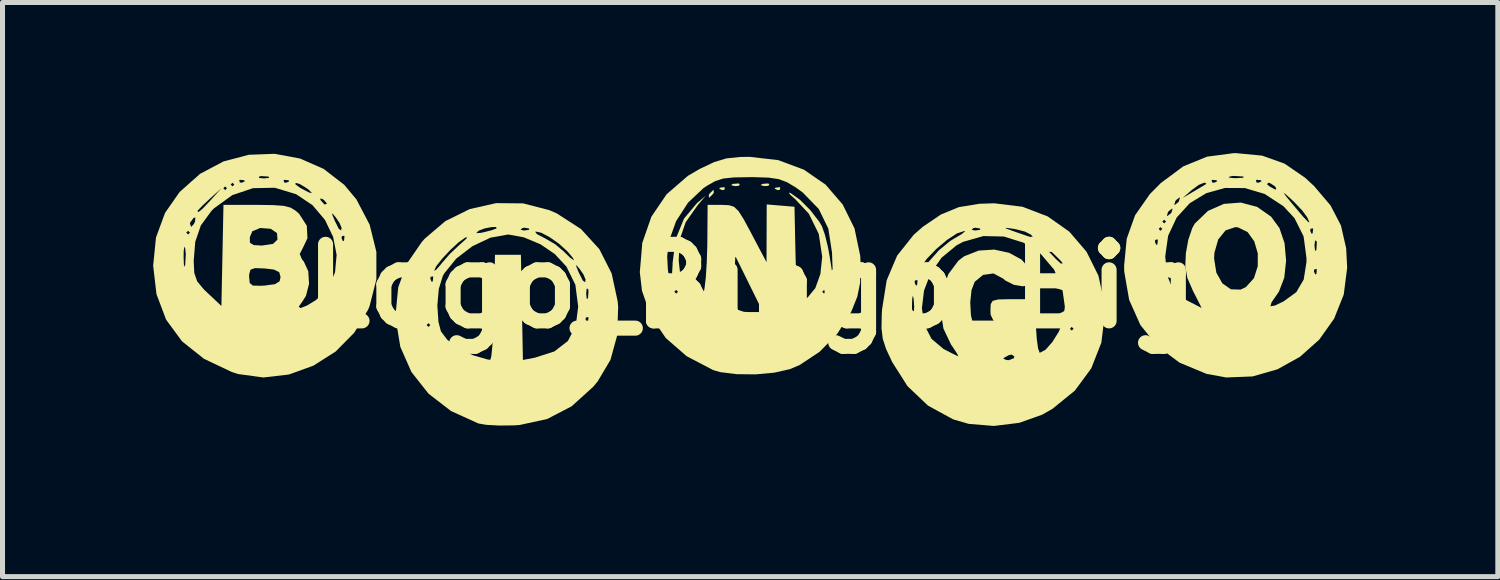
<source format=kicad_pcb>
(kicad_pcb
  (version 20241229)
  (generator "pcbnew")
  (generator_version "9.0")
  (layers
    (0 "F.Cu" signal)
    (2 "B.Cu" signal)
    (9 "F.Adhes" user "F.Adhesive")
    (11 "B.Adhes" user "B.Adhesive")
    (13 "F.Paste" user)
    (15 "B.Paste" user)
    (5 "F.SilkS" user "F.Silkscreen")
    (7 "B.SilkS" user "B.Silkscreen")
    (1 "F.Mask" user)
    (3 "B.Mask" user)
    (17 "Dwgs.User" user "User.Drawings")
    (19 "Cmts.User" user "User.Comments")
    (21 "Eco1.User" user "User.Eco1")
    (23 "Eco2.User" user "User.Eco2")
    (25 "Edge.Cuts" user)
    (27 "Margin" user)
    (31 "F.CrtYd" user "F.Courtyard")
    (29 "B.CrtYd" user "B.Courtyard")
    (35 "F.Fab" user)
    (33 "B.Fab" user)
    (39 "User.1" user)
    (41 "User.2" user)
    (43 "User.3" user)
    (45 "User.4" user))
  (footprint "Logo_Bingo_Big"
    (layer "F.Cu")
    (at 11.924 2.65)
    (property "Reference" "Logo_Bingo_Big" (at 0 0 0) (layer "F.SilkS") (effects (font (size 1.524 1.524) (thickness 0.3))))
    (attr board_only exclude_from_pos_files exclude_from_bom)
    (fp_poly (pts (xy -0.54 -1.963) (xy -0.55 -1.92) (xy -0.589 -1.914) (xy -0.65 -1.941) (xy -0.638 -1.963) (xy -0.551 -1.972)) (stroke (width 0) (type solid)) (fill yes) (layer "F.SilkS"))
    (fp_poly (pts (xy -0.241 -2.032) (xy -0.263 -1.999) (xy -0.337 -1.994) (xy -0.416 -2.012) (xy -0.382 -2.038) (xy -0.267 -2.047)) (stroke (width 0) (type solid)) (fill yes) (layer "F.SilkS"))
    (fp_poly (pts (xy 0.348 -2.032) (xy 0.326 -1.999) (xy 0.252 -1.994) (xy 0.173 -2.012) (xy 0.207 -2.038) (xy 0.322 -2.047)) (stroke (width 0) (type solid)) (fill yes) (layer "F.SilkS"))
    (fp_poly (pts (xy 0.564 -1.963) (xy 0.554 -1.92) (xy 0.515 -1.914) (xy 0.455 -1.941) (xy 0.466 -1.963) (xy 0.554 -1.972)) (stroke (width 0) (type solid)) (fill yes) (layer "F.SilkS"))
    (fp_poly (pts (xy -0.759 -1.867) (xy -0.773 -1.841) (xy -0.842 -1.77) (xy -0.855 -1.767) (xy -0.86 -1.815) (xy -0.847 -1.841) (xy -0.777 -1.911) (xy -0.764 -1.914)) (stroke (width 0) (type solid)) (fill yes) (layer "F.SilkS"))
    (fp_poly (pts (xy 0.525 -2.511) (xy 1.035 -2.321) (xy 1.467 -2.023) (xy 1.807 -1.628) (xy 2.042 -1.152) (xy 2.156 -0.607) (xy 2.166 -0.402) (xy 2.153 -0.064) (xy 2.099 0.205) (xy 1.988 0.482) (xy 1.963 0.534) (xy 1.698 0.948) (xy 1.348 1.304) (xy 0.953 1.567) (xy 0.756 1.651) (xy 0.446 1.721) (xy 0.073 1.755) (xy -0.306 1.751) (xy -0.633 1.71) (xy -0.773 1.669) (xy -1.298 1.395) (xy -1.715 1.033) (xy -2.015 0.593) (xy -2.183 0.11) (xy -1.546 0.11) (xy -1.509 0.147) (xy -1.472 0.11) (xy -1.509 0.074) (xy -1.546 0.11) (xy -2.183 0.11) (xy -2.19 0.089) (xy -2.233 -0.281) (xy -2.206 -0.594) (xy -1.688 -0.594) (xy -1.674 -0.333) (xy -1.649 -0.177) (xy -1.619 -0.135) (xy -1.593 -0.218) (xy -1.58 -0.436) (xy -1.58 -0.463) (xy -1.519 -0.94) (xy -1.352 -1.348) (xy -1.094 -1.656) (xy -0.92 -1.803) (xy -1.077 -1.619) (xy -1.32 -1.274) (xy -1.441 -0.924) (xy -1.458 -0.518) (xy -1.457 -0.492) (xy -1.427 -0.225) (xy -1.371 -0.052) (xy -1.268 0.081) (xy -1.21 0.134) (xy -0.994 0.319) (xy -0.968 0.171) (xy -0.362 0.171) (xy -0.341 0.366) (xy -0.278 0.47) (xy -0.159 0.51) (xy -0.04 0.515) (xy 0.22 0.515) (xy -0.331 -0.601) (xy -0.353 -0.143) (xy -0.362 0.171) (xy -0.968 0.171) (xy -0.943 0.031) (xy -0.919 -0.176) (xy -0.9 -0.475) (xy -0.889 -0.815) (xy -0.888 -0.939) (xy -0.883 -1.62) (xy -0.598 -1.62) (xy -0.458 -1.614) (xy -0.356 -1.582) (xy -0.267 -1.496) (xy -0.163 -1.332) (xy -0.018 -1.063) (xy -0.011 -1.049) (xy 0.29 -0.479) (xy 0.294 -1.629) (xy 0.847 -1.583) (xy 0.867 -0.644) (xy 0.877 -0.292) (xy 0.889 0.000169) (xy 0.902 0.204) (xy 0.915 0.293) (xy 0.916 0.294) (xy 1.108 0.226) (xy 1.202 0.11) (xy 1.399 0.11) (xy 1.436 0.147) (xy 1.472 0.11) (xy 1.436 0.074) (xy 1.399 0.11) (xy 1.202 0.11) (xy 1.262 0.038) (xy 1.302 -0.074) (xy 1.472 -0.074) (xy 1.499 -0.013) (xy 1.522 -0.025) (xy 1.53 -0.112) (xy 1.522 -0.123) (xy 1.478 -0.113) (xy 1.472 -0.074) (xy 1.302 -0.074) (xy 1.363 -0.245) (xy 1.399 -0.588) (xy 1.33 -1.043) (xy 1.132 -1.445) (xy 0.867 -1.729) (xy 0.754 -1.83) (xy 0.738 -1.866) (xy 0.773 -1.853) (xy 0.958 -1.72) (xy 1.164 -1.513) (xy 1.339 -1.287) (xy 1.393 -1.196) (xy 1.451 -1.032) (xy 1.512 -0.786) (xy 1.545 -0.607) (xy 1.612 -0.184) (xy 1.594 -0.672) (xy 1.521 -1.147) (xy 1.33 -1.539) (xy 1.011 -1.867) (xy 0.87 -1.969) (xy 0.697 -2.072) (xy 0.533 -2.133) (xy 0.329 -2.163) (xy 0.038 -2.172) (xy -0.043 -2.172) (xy -0.356 -2.167) (xy -0.57 -2.145) (xy -0.733 -2.093) (xy -0.895 -2.001) (xy -0.969 -1.951) (xy -1.273 -1.664) (xy -1.511 -1.295) (xy -1.656 -0.89) (xy -1.688 -0.594) (xy -2.206 -0.594) (xy -2.184 -0.863) (xy -2.003 -1.384) (xy -1.699 -1.832) (xy -1.276 -2.198) (xy -1.04 -2.336) (xy -0.753 -2.472) (xy -0.512 -2.545) (xy -0.241 -2.574) (xy -0.049 -2.577)) (stroke (width 0) (type solid)) (fill yes) (layer "F.SilkS"))
    (fp_poly (pts (xy -4.555 -1.65) (xy -4.031 -1.514) (xy -3.886 -1.45) (xy -3.404 -1.139) (xy -3.039 -0.739) (xy -2.794 -0.256) (xy -2.673 0.305) (xy -2.664 0.418) (xy -2.684 0.981) (xy -2.817 1.465) (xy -3.07 1.892) (xy -3.162 2.003) (xy -3.591 2.391) (xy -4.078 2.644) (xy -4.626 2.763) (xy -4.744 2.771) (xy -5.034 2.774) (xy -5.289 2.76) (xy -5.448 2.733) (xy -5.993 2.485) (xy -6.441 2.139) (xy -6.781 1.708) (xy -7.002 1.207) (xy -7.074 0.773) (xy -6.479 0.773) (xy -6.442 0.81) (xy -6.405 0.773) (xy -6.442 0.736) (xy -6.479 0.773) (xy -7.074 0.773) (xy -7.094 0.65) (xy -7.096 0.552) (xy -7.079 0.383) (xy -6.265 0.383) (xy -6.243 0.709) (xy -6.194 0.898) (xy -6.066 1.068) (xy -5.839 1.235) (xy -5.557 1.374) (xy -5.265 1.458) (xy -5.211 1.466) (xy -5.191 1.399) (xy -5.171 1.211) (xy -5.154 0.927) (xy -5.141 0.574) (xy -5.137 0.423) (xy -5.117 -0.626) (xy -4.601 -0.626) (xy -4.581 0.421) (xy -4.561 1.468) (xy -4.323 1.423) (xy -3.934 1.298) (xy -3.665 1.09) (xy -3.509 0.791) (xy -3.493 0.663) (xy -3.313 0.663) (xy -3.286 0.723) (xy -3.264 0.712) (xy -3.255 0.624) (xy -3.264 0.614) (xy -3.308 0.624) (xy -3.313 0.663) (xy -3.493 0.663) (xy -3.46 0.406) (xy -3.494 0.147) (xy -3.301 0.147) (xy -3.29 0.252) (xy -3.264 0.239) (xy -3.255 0.089) (xy -3.264 0.055) (xy -3.291 0.046) (xy -3.301 0.147) (xy -3.494 0.147) (xy -3.516 -0.028) (xy -3.693 -0.389) (xy -3.7 -0.397) (xy -3.499 -0.397) (xy -3.45 -0.276) (xy -3.368 -0.112) (xy -3.322 -0.08) (xy -3.313 -0.133) (xy -3.354 -0.232) (xy -3.425 -0.336) (xy -3.497 -0.422) (xy -3.499 -0.397) (xy -3.7 -0.397) (xy -3.926 -0.641) (xy -4.212 -0.836) (xy -4.543 -0.974) (xy -4.849 -1.03) (xy -4.859 -1.03) (xy -5.208 -0.967) (xy -5.567 -0.797) (xy -5.889 -0.55) (xy -6.128 -0.255) (xy -6.156 -0.205) (xy -6.236 0.054) (xy -6.265 0.383) (xy -7.079 0.383) (xy -7.052 0.104) (xy -6.473 0.104) (xy -6.459 0.2) (xy -6.434 0.201) (xy -6.417 0.102) (xy -6.429 0.06) (xy -6.461 0.032) (xy -6.473 0.104) (xy -7.052 0.104) (xy -7.043 0.019) (xy -6.982 -0.147) (xy -6.405 -0.147) (xy -6.378 -0.087) (xy -6.356 -0.098) (xy -6.347 -0.186) (xy -6.356 -0.196) (xy -6.4 -0.186) (xy -6.405 -0.147) (xy -6.982 -0.147) (xy -6.923 -0.31) (xy -6.329 -0.31) (xy -6.29 -0.326) (xy -6.197 -0.432) (xy -6.177 -0.459) (xy -6.015 -0.644) (xy -5.817 -0.831) (xy -5.793 -0.851) (xy -5.685 -0.949) (xy -5.677 -0.98) (xy -5.714 -0.966) (xy -5.842 -0.874) (xy -6.005 -0.724) (xy -6.165 -0.553) (xy -6.285 -0.402) (xy -6.329 -0.31) (xy -6.923 -0.31) (xy -6.874 -0.446) (xy -6.575 -0.88) (xy -6.517 -0.946) (xy -6.387 -1.057) (xy -5.49 -1.057) (xy -5.404 -1.062) (xy -5.338 -1.076) (xy -5.31 -1.083) (xy -4.316 -1.083) (xy -4.28 -1.037) (xy -4.147 -0.967) (xy -4.133 -0.961) (xy -3.921 -0.838) (xy -3.749 -0.694) (xy -3.625 -0.572) (xy -3.548 -0.516) (xy -3.545 -0.515) (xy -3.564 -0.562) (xy -3.659 -0.677) (xy -3.687 -0.706) (xy -3.846 -0.85) (xy -4.03 -0.978) (xy -4.197 -1.066) (xy -4.304 -1.089) (xy -4.316 -1.083) (xy -5.31 -1.083) (xy -5.173 -1.118) (xy -5.163 -1.122) (xy -4.606 -1.122) (xy -4.534 -1.11) (xy -4.438 -1.124) (xy -4.437 -1.149) (xy -4.536 -1.166) (xy -4.578 -1.155) (xy -4.606 -1.122) (xy -5.163 -1.122) (xy -5.086 -1.151) (xy -5.086 -1.152) (xy -5.095 -1.18) (xy -5.192 -1.177) (xy -5.324 -1.151) (xy -5.436 -1.109) (xy -5.448 -1.101) (xy -5.49 -1.057) (xy -6.387 -1.057) (xy -6.105 -1.297) (xy -5.621 -1.536) (xy -5.095 -1.655)) (stroke (width 0) (type solid)) (fill yes) (layer "F.SilkS"))
    (fp_poly (pts (xy 5.386 -1.583) (xy 5.89 -1.39) (xy 6.321 -1.086) (xy 6.663 -0.687) (xy 6.9 -0.21) (xy 7.017 0.333) (xy 7.027 0.552) (xy 6.958 1.123) (xy 6.757 1.635) (xy 6.431 2.078) (xy 5.986 2.44) (xy 5.779 2.558) (xy 5.324 2.72) (xy 4.818 2.782) (xy 4.318 2.741) (xy 4.007 2.651) (xy 3.505 2.377) (xy 3.097 1.989) (xy 2.791 1.507) (xy 2.762 1.444) (xy 5.006 1.444) (xy 5.066 1.469) (xy 5.117 1.472) (xy 5.215 1.434) (xy 5.227 1.401) (xy 5.173 1.361) (xy 5.117 1.372) (xy 5.02 1.424) (xy 5.006 1.444) (xy 2.762 1.444) (xy 2.671 1.25) (xy 2.605 1.047) (xy 2.58 0.839) (xy 2.585 0.564) (xy 2.591 0.459) (xy 2.6 0.405) (xy 3.187 0.405) (xy 3.192 0.58) (xy 3.205 0.643) (xy 3.218 0.608) (xy 3.229 0.437) (xy 3.384 0.437) (xy 3.432 0.767) (xy 3.575 1.047) (xy 3.816 1.25) (xy 3.989 1.339) (xy 4.096 1.391) (xy 4.11 1.396) (xy 4.087 1.345) (xy 4.002 1.215) (xy 3.966 1.164) (xy 3.813 0.843) (xy 3.756 0.475) (xy 3.791 0.101) (xy 3.911 -0.24) (xy 4.111 -0.509) (xy 4.227 -0.597) (xy 4.517 -0.71) (xy 4.825 -0.73) (xy 5.12 -0.666) (xy 5.368 -0.532) (xy 5.538 -0.339) (xy 5.595 -0.115) (xy 5.537 -0.027) (xy 5.394 0.001) (xy 5.214 -0.029) (xy 5.044 -0.115) (xy 5.003 -0.151) (xy 4.81 -0.255) (xy 4.603 -0.226) (xy 4.436 -0.089) (xy 4.372 0.078) (xy 4.347 0.322) (xy 4.361 0.581) (xy 4.413 0.79) (xy 4.442 0.842) (xy 4.6 0.948) (xy 4.814 0.969) (xy 5.019 0.9) (xy 5.054 0.874) (xy 5.124 0.801) (xy 5.081 0.761) (xy 4.963 0.736) (xy 4.808 0.683) (xy 4.753 0.568) (xy 4.749 0.478) (xy 4.755 0.356) (xy 4.795 0.29) (xy 4.905 0.263) (xy 5.12 0.258) (xy 5.19 0.258) (xy 5.632 0.258) (xy 5.654 0.791) (xy 5.672 1.05) (xy 5.698 1.24) (xy 5.729 1.324) (xy 5.733 1.325) (xy 5.847 1.264) (xy 5.983 1.11) (xy 6.11 0.906) (xy 6.134 0.847) (xy 6.332 0.847) (xy 6.368 0.883) (xy 6.405 0.847) (xy 6.368 0.81) (xy 6.332 0.847) (xy 6.134 0.847) (xy 6.193 0.702) (xy 6.231 0.408) (xy 6.183 0.066) (xy 6.182 0.063) (xy 6.168 0.031) (xy 6.337 0.031) (xy 6.351 0.126) (xy 6.376 0.127) (xy 6.394 0.029) (xy 6.382 -0.014) (xy 6.349 -0.042) (xy 6.337 0.031) (xy 6.168 0.031) (xy 6.079 -0.184) (xy 6.258 -0.184) (xy 6.295 -0.147) (xy 6.332 -0.184) (xy 6.295 -0.221) (xy 6.258 -0.184) (xy 6.079 -0.184) (xy 6.018 -0.329) (xy 6.017 -0.331) (xy 6.184 -0.331) (xy 6.221 -0.294) (xy 6.258 -0.331) (xy 6.221 -0.368) (xy 6.184 -0.331) (xy 6.017 -0.331) (xy 5.751 -0.643) (xy 5.409 -0.867) (xy 5.018 -0.99) (xy 4.608 -0.999) (xy 4.205 -0.884) (xy 4.074 -0.814) (xy 3.776 -0.568) (xy 3.559 -0.259) (xy 3.427 0.086) (xy 3.384 0.437) (xy 3.229 0.437) (xy 3.231 0.406) (xy 3.219 0.24) (xy 3.202 0.189) (xy 3.19 0.269) (xy 3.187 0.405) (xy 2.6 0.405) (xy 2.676 -0.074) (xy 3.239 -0.074) (xy 3.266 -0.013) (xy 3.289 -0.025) (xy 3.297 -0.112) (xy 3.289 -0.123) (xy 3.245 -0.113) (xy 3.239 -0.074) (xy 2.676 -0.074) (xy 2.683 -0.118) (xy 2.742 -0.258) (xy 3.313 -0.258) (xy 3.351 -0.277) (xy 3.448 -0.39) (xy 3.533 -0.502) (xy 3.725 -0.718) (xy 3.949 -0.902) (xy 4.03 -0.951) (xy 4.181 -1.04) (xy 4.243 -1.094) (xy 4.233 -1.101) (xy 4.084 -1.053) (xy 3.884 -0.922) (xy 3.671 -0.742) (xy 3.481 -0.545) (xy 3.35 -0.366) (xy 3.313 -0.258) (xy 2.742 -0.258) (xy 2.891 -0.609) (xy 3.221 -1.024) (xy 3.332 -1.122) (xy 4.376 -1.122) (xy 4.448 -1.11) (xy 4.544 -1.124) (xy 4.545 -1.149) (xy 4.496 -1.157) (xy 5.045 -1.157) (xy 5.149 -1.117) (xy 5.264 -1.076) (xy 5.478 -1.002) (xy 5.58 -0.971) (xy 5.597 -0.981) (xy 5.585 -0.994) (xy 5.632 -0.994) (xy 5.886 -0.718) (xy 6.056 -0.538) (xy 6.148 -0.454) (xy 6.183 -0.451) (xy 6.184 -0.464) (xy 6.135 -0.522) (xy 6.009 -0.646) (xy 5.908 -0.74) (xy 5.632 -0.994) (xy 5.585 -0.994) (xy 5.556 -1.026) (xy 5.553 -1.029) (xy 5.435 -1.089) (xy 5.245 -1.137) (xy 5.225 -1.141) (xy 5.072 -1.163) (xy 5.045 -1.157) (xy 4.496 -1.157) (xy 4.446 -1.166) (xy 4.404 -1.155) (xy 4.376 -1.122) (xy 3.332 -1.122) (xy 3.404 -1.185) (xy 3.762 -1.428) (xy 4.119 -1.575) (xy 4.528 -1.642) (xy 4.822 -1.652)) (stroke (width 0) (type solid)) (fill yes) (layer "F.SilkS"))
    (fp_poly (pts (xy -8.999 -2.543) (xy -8.53 -2.337) (xy -8.12 -2.021) (xy -7.877 -1.73) (xy -7.613 -1.226) (xy -7.479 -0.686) (xy -7.479 -0.137) (xy -7.614 0.395) (xy -7.645 0.469) (xy -7.92 0.926) (xy -8.291 1.301) (xy -8.734 1.582) (xy -9.222 1.758) (xy -9.73 1.817) (xy -10.234 1.748) (xy -10.358 1.708) (xy -10.913 1.445) (xy -11.35 1.096) (xy -11.666 0.666) (xy -11.858 0.158) (xy -11.924 -0.41) (xy -11.906 -0.589) (xy -11.318 -0.589) (xy -11.312 -0.43) (xy -11.297 -0.386) (xy -11.286 -0.423) (xy -11.282 -0.501) (xy -11.117 -0.501) (xy -11.105 -0.263) (xy -11.048 -0.098) (xy -10.916 0.061) (xy -10.841 0.133) (xy -10.565 0.393) (xy -10.553 -0.184) (xy -10.013 -0.184) (xy -10.001 -0.064) (xy -9.939 -0.013) (xy -9.785 -0.009) (xy -9.7 -0.014) (xy -9.498 -0.041) (xy -9.406 -0.098) (xy -9.387 -0.184) (xy -9.414 -0.281) (xy -9.52 -0.332) (xy -9.7 -0.354) (xy -9.896 -0.361) (xy -9.986 -0.329) (xy -10.012 -0.237) (xy -10.013 -0.184) (xy -10.553 -0.184) (xy -10.537 -0.976) (xy -9.999 -0.976) (xy -9.997 -0.865) (xy -9.919 -0.819) (xy -9.758 -0.81) (xy -9.536 -0.844) (xy -9.448 -0.928) (xy -9.458 -1.059) (xy -9.583 -1.144) (xy -9.79 -1.16) (xy -9.792 -1.16) (xy -9.95 -1.094) (xy -9.999 -0.976) (xy -10.537 -0.976) (xy -10.524 -1.62) (xy -9.86 -1.62) (xy -9.537 -1.616) (xy -9.325 -1.601) (xy -9.186 -1.565) (xy -9.082 -1.501) (xy -9.015 -1.439) (xy -8.864 -1.204) (xy -8.852 -0.955) (xy -8.94 -0.769) (xy -9.005 -0.643) (xy -8.961 -0.536) (xy -8.925 -0.494) (xy -8.835 -0.299) (xy -8.82 -0.048) (xy -8.881 0.191) (xy -8.949 0.299) (xy -9.025 0.407) (xy -8.991 0.435) (xy -8.864 0.386) (xy -8.68 0.274) (xy -8.436 0.031) (xy -8.302 -0.278) (xy -8.271 -0.624) (xy -8.335 -0.957) (xy -8.172 -0.957) (xy -8.145 -0.897) (xy -8.123 -0.908) (xy -8.114 -0.995) (xy -8.123 -1.006) (xy -8.167 -0.996) (xy -8.172 -0.957) (xy -8.335 -0.957) (xy -8.339 -0.98) (xy -8.502 -1.32) (xy -8.593 -1.428) (xy -8.358 -1.428) (xy -8.309 -1.307) (xy -8.227 -1.142) (xy -8.181 -1.111) (xy -8.172 -1.164) (xy -8.213 -1.262) (xy -8.284 -1.366) (xy -8.356 -1.453) (xy -8.358 -1.428) (xy -8.593 -1.428) (xy -8.752 -1.615) (xy -8.947 -1.746) (xy -8.602 -1.746) (xy -8.584 -1.705) (xy -8.51 -1.626) (xy -8.467 -1.642) (xy -8.467 -1.652) (xy -8.519 -1.714) (xy -8.552 -1.737) (xy -8.602 -1.746) (xy -8.947 -1.746) (xy -9.077 -1.833) (xy -9.501 -1.961) (xy -9.935 -1.953) (xy -10.349 -1.814) (xy -10.714 -1.55) (xy -10.763 -1.5) (xy -10.974 -1.212) (xy -11.086 -0.884) (xy -11.117 -0.501) (xy -11.282 -0.501) (xy -11.274 -0.638) (xy -11.286 -0.755) (xy -11.304 -0.79) (xy -11.316 -0.697) (xy -11.318 -0.589) (xy -11.906 -0.589) (xy -11.868 -0.97) (xy -11.832 -1.068) (xy -11.264 -1.068) (xy -11.228 -1.031) (xy -11.191 -1.068) (xy -11.228 -1.104) (xy -11.264 -1.068) (xy -11.832 -1.068) (xy -11.766 -1.247) (xy -11.191 -1.247) (xy -11.167 -1.18) (xy -11.113 -1.239) (xy -11.089 -1.292) (xy -11.084 -1.368) (xy -11.118 -1.362) (xy -11.188 -1.267) (xy -11.191 -1.247) (xy -11.766 -1.247) (xy -11.687 -1.461) (xy -11.663 -1.496) (xy -11.043 -1.496) (xy -11.021 -1.477) (xy -10.94 -1.543) (xy -10.784 -1.708) (xy -10.781 -1.712) (xy -10.565 -1.951) (xy -10.528 -1.951) (xy -10.491 -1.914) (xy -10.454 -1.951) (xy -10.491 -1.988) (xy -10.528 -1.951) (xy -10.565 -1.951) (xy -10.804 -1.735) (xy -10.949 -1.599) (xy -11.034 -1.51) (xy -11.043 -1.496) (xy -11.663 -1.496) (xy -11.397 -1.877) (xy -11.23 -2.025) (xy -10.381 -2.025) (xy -10.344 -1.988) (xy -10.307 -2.025) (xy -10.31 -2.027) (xy -9.09 -2.027) (xy -8.988 -1.954) (xy -8.982 -1.951) (xy -8.818 -1.866) (xy -8.76 -1.854) (xy -8.818 -1.914) (xy -8.867 -1.953) (xy -9.008 -2.037) (xy -9.088 -2.059) (xy -9.09 -2.027) (xy -10.31 -2.027) (xy -10.344 -2.061) (xy -10.381 -2.025) (xy -11.23 -2.025) (xy -11.134 -2.111) (xy -10.209 -2.111) (xy -10.199 -2.067) (xy -10.16 -2.061) (xy -10.099 -2.088) (xy -10.111 -2.111) (xy -9.326 -2.111) (xy -9.315 -2.067) (xy -9.277 -2.061) (xy -9.216 -2.088) (xy -9.227 -2.111) (xy -9.315 -2.119) (xy -9.326 -2.111) (xy -10.111 -2.111) (xy -10.198 -2.119) (xy -10.209 -2.111) (xy -11.134 -2.111) (xy -11.081 -2.157) (xy -9.82 -2.157) (xy -9.718 -2.147) (xy -9.614 -2.158) (xy -9.626 -2.184) (xy -9.777 -2.194) (xy -9.81 -2.184) (xy -9.82 -2.157) (xy -11.081 -2.157) (xy -10.989 -2.239) (xy -10.522 -2.486) (xy -10.019 -2.618) (xy -9.503 -2.637)) (stroke (width 0) (type solid)) (fill yes) (layer "F.SilkS"))
    (fp_poly (pts (xy 10.159 -2.601) (xy 10.605 -2.442) (xy 11.018 -2.159) (xy 11.196 -1.993) (xy 11.522 -1.609) (xy 11.729 -1.21) (xy 11.833 -0.755) (xy 11.853 -0.367) (xy 11.785 0.164) (xy 11.593 0.646) (xy 11.296 1.064) (xy 10.913 1.405) (xy 10.465 1.654) (xy 9.97 1.796) (xy 9.447 1.817) (xy 9.052 1.745) (xy 8.517 1.523) (xy 8.074 1.193) (xy 7.735 0.772) (xy 7.512 0.273) (xy 7.414 -0.288) (xy 7.411 -0.405) (xy 7.429 -0.594) (xy 8.23 -0.594) (xy 8.265 -0.223) (xy 8.374 0.042) (xy 8.571 0.23) (xy 8.667 0.285) (xy 8.839 0.373) (xy 8.942 0.427) (xy 8.954 0.434) (xy 8.928 0.379) (xy 8.853 0.231) (xy 8.782 0.092) (xy 8.67 -0.166) (xy 8.629 -0.399) (xy 8.636 -0.552) (xy 9.203 -0.552) (xy 9.248 -0.27) (xy 9.367 -0.058) (xy 9.537 0.061) (xy 9.732 0.067) (xy 9.836 0.017) (xy 9.996 -0.16) (xy 10.072 -0.397) (xy 10.073 -0.654) (xy 10.003 -0.894) (xy 9.87 -1.079) (xy 9.68 -1.172) (xy 9.626 -1.177) (xy 9.431 -1.112) (xy 9.285 -0.931) (xy 9.209 -0.665) (xy 9.203 -0.552) (xy 8.636 -0.552) (xy 8.641 -0.658) (xy 8.689 -0.924) (xy 8.768 -1.157) (xy 8.818 -1.247) (xy 9.082 -1.501) (xy 9.399 -1.64) (xy 9.735 -1.666) (xy 10.059 -1.581) (xy 10.338 -1.386) (xy 10.504 -1.159) (xy 10.606 -0.858) (xy 10.637 -0.509) (xy 10.6 -0.169) (xy 10.495 0.105) (xy 10.472 0.14) (xy 10.347 0.32) (xy 10.325 0.399) (xy 10.413 0.385) (xy 10.587 0.302) (xy 10.84 0.118) (xy 10.987 -0.133) (xy 11.013 -0.294) (xy 11.191 -0.294) (xy 11.218 -0.234) (xy 11.24 -0.245) (xy 11.249 -0.333) (xy 11.24 -0.344) (xy 11.196 -0.333) (xy 11.191 -0.294) (xy 11.013 -0.294) (xy 11.042 -0.48) (xy 11.043 -0.558) (xy 11.01 -0.81) (xy 11.202 -0.81) (xy 11.214 -0.705) (xy 11.239 -0.718) (xy 11.249 -0.869) (xy 11.239 -0.902) (xy 11.213 -0.911) (xy 11.202 -0.81) (xy 11.01 -0.81) (xy 10.985 -0.993) (xy 10.93 -1.104) (xy 11.117 -1.104) (xy 11.144 -1.044) (xy 11.166 -1.055) (xy 11.175 -1.143) (xy 11.166 -1.153) (xy 11.122 -1.143) (xy 11.117 -1.104) (xy 10.93 -1.104) (xy 10.804 -1.356) (xy 10.582 -1.595) (xy 10.211 -1.837) (xy 10.143 -1.858) (xy 10.588 -1.858) (xy 10.643 -1.782) (xy 10.791 -1.604) (xy 10.975 -1.386) (xy 11.077 -1.279) (xy 11.102 -1.274) (xy 11.06 -1.366) (xy 11.052 -1.38) (xy 10.956 -1.51) (xy 10.798 -1.677) (xy 10.742 -1.73) (xy 10.622 -1.838) (xy 10.588 -1.858) (xy 10.143 -1.858) (xy 9.816 -1.955) (xy 9.421 -1.957) (xy 9.047 -1.853) (xy 8.718 -1.653) (xy 8.457 -1.367) (xy 8.287 -1.004) (xy 8.23 -0.594) (xy 7.429 -0.594) (xy 7.457 -0.883) (xy 8.025 -0.883) (xy 8.052 -0.823) (xy 8.074 -0.834) (xy 8.083 -0.922) (xy 8.074 -0.933) (xy 8.03 -0.922) (xy 8.025 -0.883) (xy 7.457 -0.883) (xy 7.463 -0.946) (xy 7.532 -1.141) (xy 8.099 -1.141) (xy 8.135 -1.104) (xy 8.172 -1.141) (xy 8.135 -1.178) (xy 8.099 -1.141) (xy 7.532 -1.141) (xy 7.585 -1.288) (xy 8.172 -1.288) (xy 8.209 -1.252) (xy 8.246 -1.288) (xy 8.209 -1.325) (xy 8.172 -1.288) (xy 7.585 -1.288) (xy 7.626 -1.404) (xy 8.264 -1.404) (xy 8.274 -1.399) (xy 8.341 -1.451) (xy 8.356 -1.472) (xy 8.375 -1.541) (xy 8.365 -1.546) (xy 8.298 -1.494) (xy 8.283 -1.472) (xy 8.264 -1.404) (xy 7.626 -1.404) (xy 7.63 -1.414) (xy 7.777 -1.625) (xy 8.411 -1.625) (xy 8.421 -1.62) (xy 8.488 -1.672) (xy 8.503 -1.693) (xy 8.521 -1.758) (xy 8.577 -1.758) (xy 8.798 -1.888) (xy 8.954 -1.98) (xy 9.038 -2.032) (xy 10.255 -2.032) (xy 10.307 -1.988) (xy 10.425 -1.922) (xy 10.44 -1.947) (xy 10.418 -1.988) (xy 10.31 -2.058) (xy 10.284 -2.06) (xy 10.255 -2.032) (xy 9.038 -2.032) (xy 9.045 -2.036) (xy 9.05 -2.039) (xy 9.025 -2.06) (xy 9.002 -2.061) (xy 8.896 -2.017) (xy 8.751 -1.91) (xy 8.577 -1.758) (xy 8.521 -1.758) (xy 8.522 -1.762) (xy 8.512 -1.767) (xy 8.445 -1.715) (xy 8.43 -1.693) (xy 8.411 -1.625) (xy 7.777 -1.625) (xy 7.925 -1.836) (xy 8.142 -2.055) (xy 8.217 -2.111) (xy 9.154 -2.111) (xy 9.164 -2.067) (xy 9.203 -2.061) (xy 9.263 -2.088) (xy 9.252 -2.111) (xy 10.037 -2.111) (xy 10.047 -2.067) (xy 10.086 -2.061) (xy 10.147 -2.088) (xy 10.135 -2.111) (xy 10.048 -2.119) (xy 10.037 -2.111) (xy 9.252 -2.111) (xy 9.165 -2.119) (xy 9.154 -2.111) (xy 8.217 -2.111) (xy 8.29 -2.164) (xy 9.493 -2.164) (xy 9.595 -2.153) (xy 9.645 -2.152) (xy 9.779 -2.16) (xy 9.794 -2.179) (xy 9.773 -2.186) (xy 9.587 -2.197) (xy 9.516 -2.186) (xy 9.493 -2.164) (xy 8.29 -2.164) (xy 8.587 -2.386) (xy 9.061 -2.58) (xy 9.59 -2.65) (xy 9.645 -2.65)) (stroke (width 0) (type solid)) (fill yes) (layer "F.SilkS")))
  (gr_rect
    (start -3 -3)
    (end 26.777 8.433)
    (stroke (width 0.1) (type default))
    (fill no)
    (layer "Edge.Cuts")))
</source>
